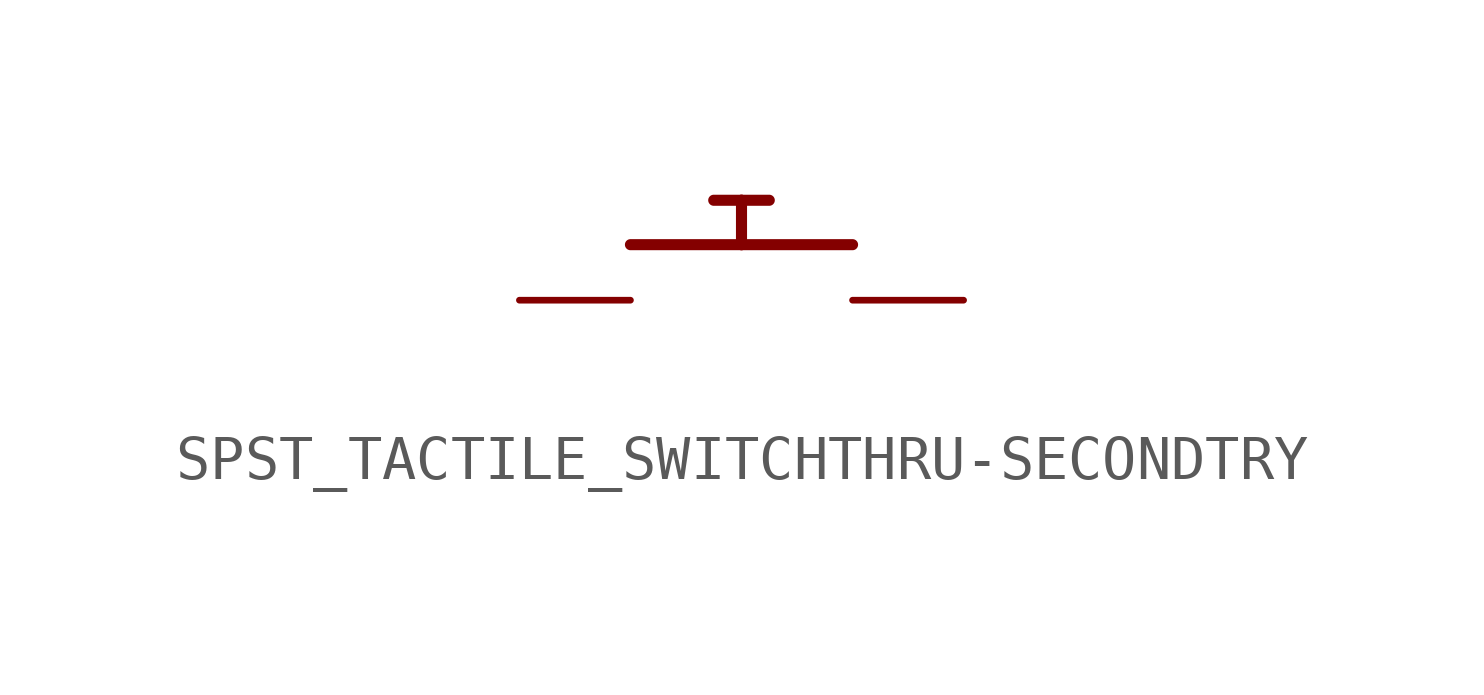
<source format=kicad_sym>
(kicad_symbol_lib
  (version 20220914)
  (generator kicad_symbol_editor)
  (symbol "SPST_TACTILE_SWITCHTHRU-SECONDTRY"
    (property "Reference" ""
      (at -2.54 3.556 0)
      (effects (font (size 1.27 1.079)) (justify left bottom) hide))
    (property "Value" ""
      (at -2.54 -2.286 0)
      (effects (font (size 1.27 1.079)) (justify left bottom)))
    (property "ki_locked" ""
      (at 0 0 0)
      (effects (font (size 1.27 1.27))))
    (symbol "SPST_TACTILE_SWITCHTHRU-SECONDTRY_1_0"
      (polyline (pts (xy -2.54 1.27) (xy 0 1.27)) (stroke (width 0.254) (type solid)) (fill (type none)))
      (polyline (pts (xy -0.635 2.286) (xy 0 2.286)) (stroke (width 0.254) (type solid)) (fill (type none)))
      (polyline (pts (xy 0 1.27) (xy 0 2.286)) (stroke (width 0.254) (type solid)) (fill (type none)))
      (polyline (pts (xy 0 1.27) (xy 2.54 1.27)) (stroke (width 0.254) (type solid)) (fill (type none)))
      (polyline (pts (xy 0 2.286) (xy 0.635 2.286)) (stroke (width 0.254) (type solid)) (fill (type none)))
      (pin passive line (at -5.08 0 0) (length 2.54) (name "P$1" (effects (font (size 0 0)))) (number "P$1" (effects (font (size 0 0)))))
      (pin passive line (at 5.08 0 180) (length 2.54) (name "P$2" (effects (font (size 0 0)))) (number "P$2" (effects (font (size 0 0))))))))
</source>
